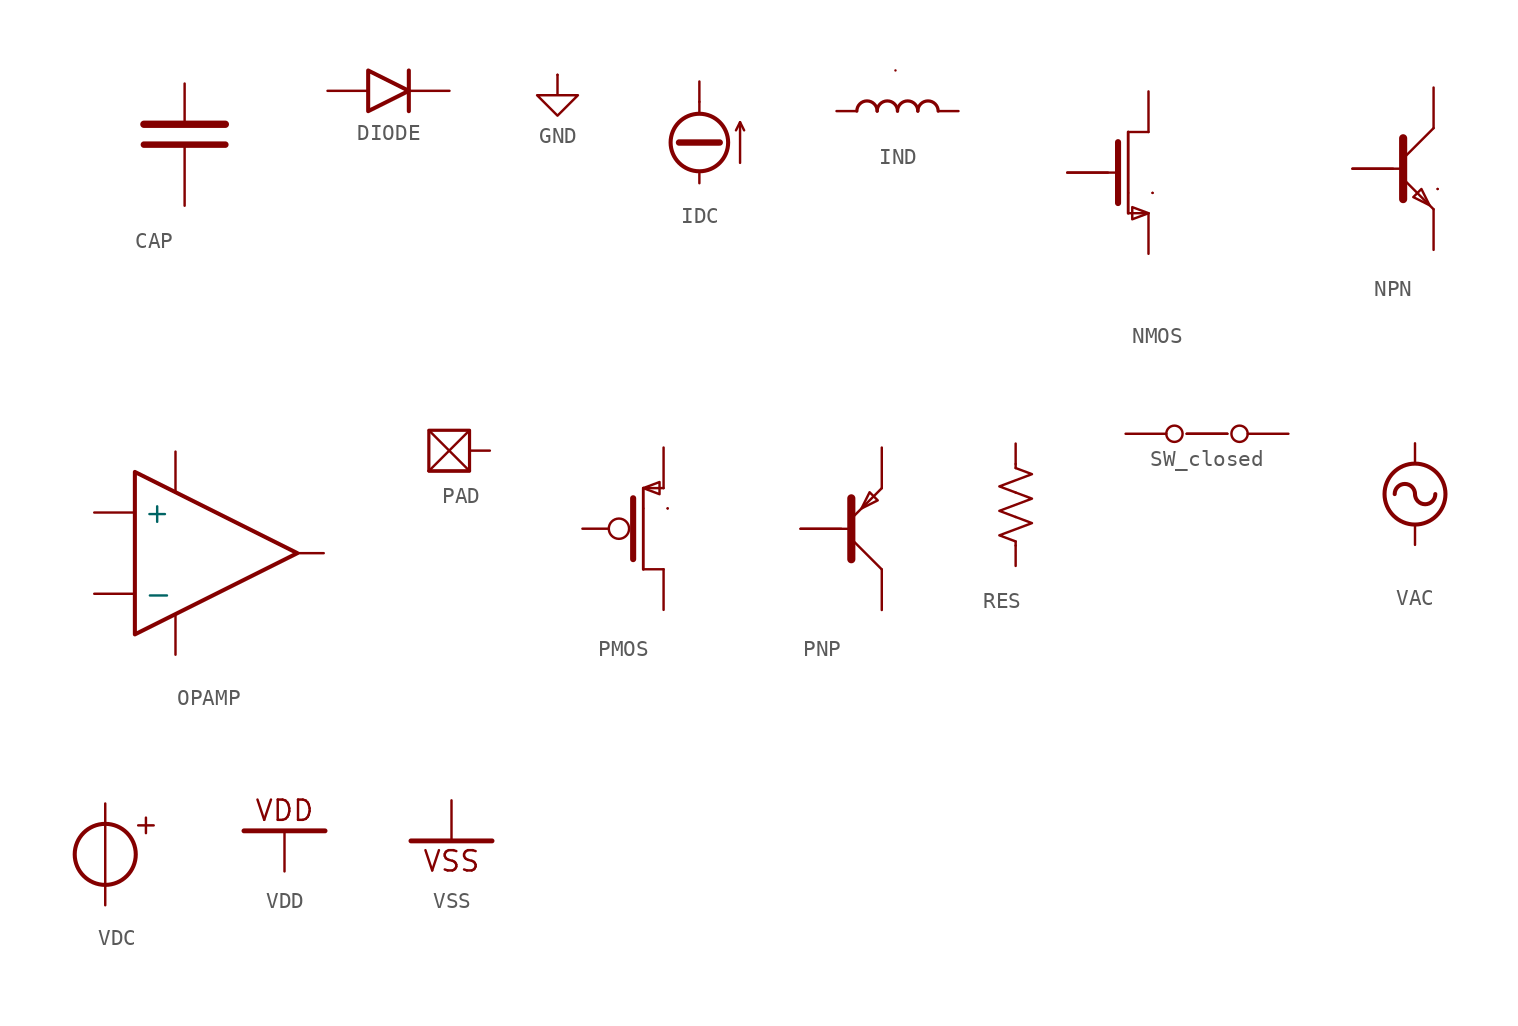
<source format=kicad_sym>
(kicad_symbol_lib
  (version 20231120)
  (generator "kicad_symbol_editor")
  (generator_version "8.0")
  (symbol "CAP"
    (property "Reference" "U"
      (at 0 0 0)
      (effects (font (size 1.27 1.27)) (hide yes)))
    (property "Value" ""
      (at 0 0 0)
      (effects (font (size 1.27 1.27))))
    (symbol "CAP_0_1"
      (polyline (pts (xy 3.81 3.81) (xy 3.81 3.81)) (stroke (width 0) (type default)) (fill (type none))))
    (symbol "CAP_1_1"
      (polyline (pts (xy 3.81 3.81) (xy 8.89 3.81)) (stroke (width 0.406) (type default)) (fill (type none)))
      (polyline (pts (xy 3.81 5.08) (xy 8.89 5.08)) (stroke (width 0.457) (type default)) (fill (type none)))
      (pin passive line (at 6.35 0 90) (length 3.81) (name "" (effects (font (size 1.27 1.27)))) (number "" (effects (font (size 1.27 1.27)))))
      (pin passive line (at 6.35 7.62 270) (length 2.54) (name "" (effects (font (size 1.27 1.27)))) (number "" (effects (font (size 1.27 1.27)))))))
  (symbol "DIODE"
    (property "Reference" "U"
      (at 0 0 0)
      (effects (font (size 1.27 1.27)) (hide yes)))
    (property "Value" ""
      (at 0 0 0)
      (effects (font (size 1.27 1.27))))
    (symbol "DIODE_0_1"
      (polyline (pts (xy 1.27 1.27) (xy 1.27 -1.27)) (stroke (width 0.254) (type default)) (fill (type none)))
      (polyline (pts (xy -1.27 1.27) (xy -1.27 -1.27) (xy 1.27 0) (xy -1.27 1.27)) (stroke (width 0.254) (type default)) (fill (type none))))
    (symbol "DIODE_1_1"
      (pin passive line (at -3.81 0 0) (length 2.54) (name "" (effects (font (size 1.27 1.27)))) (number "" (effects (font (size 1.27 1.27)))))
      (pin passive line (at 3.81 0 180) (length 2.54) (name "" (effects (font (size 1.27 1.27)))) (number "" (effects (font (size 1.27 1.27)))))))
  (symbol "GND"
    (property "Reference" "i"
      (at 0 0 0)
      (effects (font (size 1.27 1.27)) (hide yes)))
    (property "Value" ""
      (at 0 0 0)
      (effects (font (size 1.27 1.27))))
    (symbol "GND_0_1"
      (polyline (pts (xy 0 0) (xy 0 -1.27) (xy 1.27 -1.27) (xy 0 -2.54) (xy -1.27 -1.27) (xy 0 -1.27)) (stroke (width 0) (type default)) (fill (type none))))
    (symbol "GND_1_1"
      (pin power_in line (at 0 0 270) (length 0) (name "" (effects (font (size 1.27 1.27)))) (number "" (effects (font (size 1.27 1.27)))))))
  (symbol "IDC"
    (property "Reference" "U"
      (at -2.54 -1.27 0)
      (effects (font (size 1.27 1.27)) (hide yes)))
    (property "Value" ""
      (at -2.54 -1.27 0)
      (effects (font (size 1.27 1.27))))
    (symbol "IDC_0_1"
      (polyline (pts (xy 0 2.54) (xy 0 2.54)) (stroke (width 0) (type default)) (fill (type none)))
      (polyline (pts (xy 2.54 1.27) (xy 2.54 -1.27)) (stroke (width 0) (type default)) (fill (type none)))
      (polyline (pts (xy 2.794 0.762) (xy 2.54 1.27) (xy 2.286 0.762)) (stroke (width 0) (type default)) (fill (type none))))
    (symbol "IDC_1_1"
      (polyline (pts (xy -1.27 0) (xy 1.27 0)) (stroke (width 0.4) (type default)) (fill (type none)))
      (circle (center 0 0) (radius 1.796) (stroke (width 0.254) (type default)) (fill (type none)))
      (pin power_in line (at 0 -2.54 90) (length 0.6) (name "" (effects (font (size 1 1)))) (number "" (effects (font (size 1.27 1.27)))))
      (pin power_in line (at 0 3.81 270) (length 1.9) (name "" (effects (font (size 1.27 1.27)))) (number "" (effects (font (size 1.27 1.27)))))))
  (symbol "IND"
    (property "Reference" "U"
      (at -96.52 -38.1 90)
      (effects (font (size 1.27 1.27)) (hide yes)))
    (property "Value" ""
      (at -96.52 -38.1 90)
      (effects (font (size 1.27 1.27))))
    (symbol "IND_0_1"
      (arc (start -100.457 -34.29) (mid -100.457 -34.29) (end -100.457 -34.29) (stroke (width 0) (type default)) (fill (type none))))
    (symbol "IND_1_1"
      (arc (start -101.6 -36.83) (mid -102.235 -36.1977) (end -102.87 -36.83) (stroke (width 0.2032) (type default)) (fill (type none)))
      (arc (start -100.33 -36.83) (mid -100.965 -36.1977) (end -101.6 -36.83) (stroke (width 0.2032) (type default)) (fill (type none)))
      (arc (start -99.06 -36.83) (mid -99.695 -36.1977) (end -100.33 -36.83) (stroke (width 0.2032) (type default)) (fill (type none)))
      (arc (start -97.79 -36.83) (mid -98.425 -36.1977) (end -99.06 -36.83) (stroke (width 0.2032) (type default)) (fill (type none)))
      (pin input line (at -104.14 -36.83 0) (length 1.27) (name "" (effects (font (size 1.27 1.27)))) (number "" (effects (font (size 1.27 1.27)))))
      (pin input line (at -96.52 -36.83 180) (length 1.27) (name "" (effects (font (size 1.27 1.27)))) (number "" (effects (font (size 1.27 1.27)))))))
  (symbol "NMOS"
    (property "Reference" "U"
      (at 0 0 0)
      (effects (font (size 1.27 1.27)) (hide yes)))
    (property "Value" ""
      (at 0 0 0)
      (effects (font (size 1.27 1.27))))
    (symbol "NMOS_0_1"
      (polyline (pts (xy -11.43 7.62) (xy -8.255 7.62)) (stroke (width 0.152) (type default)) (fill (type none)))
      (polyline (pts (xy -6.096 6.35) (xy -6.096 6.35)) (stroke (width 0.152) (type default)) (fill (type none)))
      (polyline (pts (xy -6.096 6.35) (xy -6.096 6.35)) (stroke (width 0.152) (type default)) (fill (type none))))
    (symbol "NMOS_1_1"
      (polyline (pts (xy -7.62 6.35) (xy -7.62 6.35)) (stroke (width 0) (type default)) (fill (type none)))
      (polyline (pts (xy -7.62 10.16) (xy -7.62 5.08)) (stroke (width 0.178) (type default)) (fill (type none)))
      (polyline (pts (xy -6.35 5.08) (xy -7.62 5.08)) (stroke (width 0) (type default)) (fill (type none)))
      (polyline (pts (xy -6.35 10.16) (xy -7.62 10.16)) (stroke (width 0) (type default)) (fill (type none)))
      (polyline (pts (xy -8.255 9.525) (xy -8.255 5.715) (xy -8.255 5.715)) (stroke (width 0.381) (type default)) (fill (type none)))
      (polyline (pts (xy -6.35 5.08) (xy -7.366 5.461) (xy -7.366 4.699) (xy -6.35 5.08)) (stroke (width 0) (type default)) (fill (type none)))
      (pin input line (at -11.43 7.62 0) (length 2.54) (name "" (effects (font (size 1.27 1.27)))) (number "" (effects (font (size 1.27 1.27)))))
      (pin input line (at -6.35 2.54 90) (length 2.54) (name "" (effects (font (size 1.27 1.27)))) (number "" (effects (font (size 1.27 1.27)))))
      (pin input line (at -6.35 12.7 270) (length 2.54) (name "" (effects (font (size 1.27 1.27)))) (number "" (effects (font (size 1.27 1.27)))))))
  (symbol "NPN"
    (pin_numbers hide)
    (pin_names
      (offset 0) hide)
    (property "Reference" "U"
      (at 0 0 0)
      (effects (font (size 1.27 1.27)) (hide yes)))
    (property "Value" ""
      (at 0 0 0)
      (effects (font (size 1.27 1.27))))
    (symbol "NPN_0_1"
      (polyline (pts (xy -1.27 3.81) (xy 1.905 3.81)) (stroke (width 0.152) (type default)) (fill (type none)))
      (polyline (pts (xy 1.905 4.445) (xy 3.81 6.35)) (stroke (width 0) (type default)) (fill (type none)))
      (polyline (pts (xy 4.064 2.54) (xy 4.064 2.54)) (stroke (width 0.152) (type default)) (fill (type none)))
      (polyline (pts (xy 4.064 2.54) (xy 4.064 2.54)) (stroke (width 0.152) (type default)) (fill (type none)))
      (polyline (pts (xy 1.905 3.175) (xy 3.81 1.27) (xy 3.81 1.27)) (stroke (width 0) (type default)) (fill (type none)))
      (polyline (pts (xy 1.905 5.715) (xy 1.905 1.905) (xy 1.905 1.905)) (stroke (width 0.508) (type default)) (fill (type none))))
    (symbol "NPN_1_1"
      (polyline (pts (xy 2.54 2.032) (xy 3.048 2.54) (xy 3.556 1.524) (xy 2.54 2.032) (xy 2.54 2.032)) (stroke (width 0) (type default)) (fill (type none)))
      (pin input line (at -1.27 3.81 0) (length 2.54) (name "" (effects (font (size 1.27 1.27)))) (number "" (effects (font (size 1.27 1.27)))))
      (pin input line (at 3.81 -1.27 90) (length 2.54) (name "" (effects (font (size 1.27 1.27)))) (number "" (effects (font (size 1.27 1.27)))))
      (pin input line (at 3.81 8.89 270) (length 2.54) (name "" (effects (font (size 1.27 1.27)))) (number "" (effects (font (size 1.27 1.27)))))))
  (symbol "OPAMP"
    (property "Reference" "U"
      (at 0 0 0)
      (effects (font (size 1.27 1.27)) (hide yes)))
    (property "Value" ""
      (at 0 0 0)
      (effects (font (size 1.27 1.27))))
    (symbol "OPAMP_1_1"
      (polyline (pts (xy 3.81 3.81) (xy -6.35 8.89) (xy -6.35 -1.27) (xy 3.81 3.81)) (stroke (width 0.254) (type default)) (fill (type none)))
      (pin power_in line (at -3.81 -2.54 90) (length 2.54) (name "" (effects (font (size 1.27 1.27)))) (number "" (effects (font (size 1.27 1.27)))))
      (pin power_in line (at -3.81 10.16 270) (length 2.54) (name "" (effects (font (size 1.27 1.27)))) (number "" (effects (font (size 1.27 1.27)))))
      (pin output line (at 5.461 3.81 180) (length 1.651) (name "" (effects (font (size 1.27 1.27)))) (number "" (effects (font (size 1.27 1.27)))))
      (pin input line (at -8.89 6.35 0) (length 2.54) (name "+" (effects (font (size 1.27 1.27)))) (number "" (effects (font (size 1.905 1.905)))))
      (pin input line (at -8.89 1.27 0) (length 2.54) (name "-" (effects (font (size 1.397 1.397)))) (number "" (effects (font (size 1.27 1.27)))))))
  (symbol "PAD"
    (property "Reference" "U"
      (at 0 0 0)
      (effects (font (size 1.27 1.27)) (hide yes)))
    (property "Value" ""
      (at 0 0 0)
      (effects (font (size 1.27 1.27))))
    (symbol "PAD_0_1"
      (polyline (pts (xy 0 2.54) (xy 2.54 0)) (stroke (width 0) (type default)) (fill (type none)))
      (polyline (pts (xy 2.54 2.54) (xy 0 0)) (stroke (width 0) (type default)) (fill (type none))))
    (symbol "PAD_1_1"
      (rectangle (start 0 0) (end 2.54 0) (stroke (width 0.2) (type default)) (fill (type none)))
      (rectangle (start 0 2.54) (end 2.54 0) (stroke (width 0.2) (type default)) (fill (type none)))
      (pin output line (at 3.81 1.27 180) (length 1.2) (name "" (effects (font (size 1.2 1.2)))) (number "" (effects (font (size 1.27 1.27)))))))
  (symbol "PMOS"
    (property "Reference" "U"
      (at -114.3 -40.64 0)
      (effects (font (size 1.27 1.27)) (hide yes)))
    (property "Value" ""
      (at -114.3 -40.64 0)
      (effects (font (size 1.27 1.27))))
    (symbol "PMOS_0_1"
      (polyline (pts (xy -108.966 -44.45) (xy -108.966 -44.45)) (stroke (width 0.152) (type default)) (fill (type none)))
      (polyline (pts (xy -108.966 -44.45) (xy -108.966 -44.45)) (stroke (width 0.152) (type default)) (fill (type none))))
    (symbol "PMOS_1_1"
      (polyline (pts (xy -110.49 -48.26) (xy -110.49 -43.18)) (stroke (width 0.178) (type default)) (fill (type none)))
      (polyline (pts (xy -110.49 -44.45) (xy -110.49 -44.45)) (stroke (width 0) (type default)) (fill (type none)))
      (polyline (pts (xy -109.22 -48.26) (xy -110.49 -48.26)) (stroke (width 0) (type default)) (fill (type none)))
      (polyline (pts (xy -109.22 -43.18) (xy -110.49 -43.18)) (stroke (width 0) (type default)) (fill (type none)))
      (polyline (pts (xy -111.125 -47.625) (xy -111.125 -43.815) (xy -111.125 -43.815)) (stroke (width 0.381) (type default)) (fill (type none)))
      (polyline (pts (xy -110.49 -43.18) (xy -109.474 -43.561) (xy -109.474 -42.799) (xy -110.49 -43.18)) (stroke (width 0) (type default)) (fill (type none)))
      (pin input inverted (at -114.3 -45.72 0) (length 2.921) (name "" (effects (font (size 0 0)))) (number "" (effects (font (size 0 0)))))
      (pin input line (at -109.22 -50.8 90) (length 2.54) (name "" (effects (font (size 1.27 1.27)))) (number "" (effects (font (size 1.27 1.27)))))
      (pin input line (at -109.22 -40.64 270) (length 2.54) (name "" (effects (font (size 1.27 1.27)))) (number "" (effects (font (size 1.27 1.27)))))))
  (symbol "PNP"
    (property "Reference" "U"
      (at 0 8.89 0)
      (effects (font (size 1.27 1.27)) (hide yes)))
    (property "Value" ""
      (at 0 8.89 0)
      (effects (font (size 1.27 1.27))))
    (symbol "PNP_0_1"
      (polyline (pts (xy 2.54 5.08) (xy 5.715 5.08)) (stroke (width 0.152) (type default)) (fill (type none)))
      (polyline (pts (xy 5.715 4.445) (xy 7.62 2.54)) (stroke (width 0) (type default)) (fill (type none)))
      (polyline (pts (xy 5.715 3.175) (xy 5.715 6.985) (xy 5.715 6.985)) (stroke (width 0.508) (type default)) (fill (type none)))
      (polyline (pts (xy 5.715 5.715) (xy 7.62 7.62) (xy 7.62 7.62)) (stroke (width 0) (type default)) (fill (type none))))
    (symbol "PNP_1_1"
      (polyline (pts (xy 7.366 6.858) (xy 6.858 7.366) (xy 6.35 6.35) (xy 7.366 6.858) (xy 7.366 6.858)) (stroke (width 0) (type default)) (fill (type none)))
      (pin input line (at 2.54 5.08 0) (length 2.54) (name "" (effects (font (size 1.27 1.27)))) (number "" (effects (font (size 1.27 1.27)))))
      (pin open_collector line (at 7.62 0 90) (length 2.54) (name "" (effects (font (size 1.27 1.27)))) (number "" (effects (font (size 1.27 1.27)))))
      (pin open_emitter line (at 7.62 10.16 270) (length 2.54) (name "" (effects (font (size 1.27 1.27)))) (number "" (effects (font (size 1.27 1.27)))))))
  (symbol "RES"
    (property "Reference" "U"
      (at 0 0 0)
      (effects (font (size 1.27 1.27)) (hide yes)))
    (property "Value" ""
      (at 0 0 0)
      (effects (font (size 1.27 1.27))))
    (symbol "RES_0_1"
      (polyline (pts (xy 2.54 1.524) (xy 2.54 1.27)) (stroke (width 0) (type default)) (fill (type none)))
      (polyline (pts (xy 2.54 6.096) (xy 2.54 6.35)) (stroke (width 0) (type default)) (fill (type none)))
      (polyline (pts (xy 2.54 3.048) (xy 3.556 2.667) (xy 2.54 2.286) (xy 1.524 1.905) (xy 2.54 1.524)) (stroke (width 0) (type default)) (fill (type none)))
      (polyline (pts (xy 2.54 4.572) (xy 3.556 4.191) (xy 2.54 3.81) (xy 1.524 3.429) (xy 2.54 3.048)) (stroke (width 0) (type default)) (fill (type none)))
      (polyline (pts (xy 2.54 6.096) (xy 3.556 5.715) (xy 2.54 5.334) (xy 1.524 4.953) (xy 2.54 4.572)) (stroke (width 0) (type default)) (fill (type none))))
    (symbol "RES_1_1"
      (pin passive line (at 2.54 0 90) (length 1.27) (name "" (effects (font (size 1.27 1.27)))) (number "" (effects (font (size 1.27 1.27)))))
      (pin passive line (at 2.54 7.62 270) (length 1.27) (name "" (effects (font (size 1.27 1.27)))) (number "" (effects (font (size 1.27 1.27)))))))
  (symbol "SW_closed"
    (property "Reference" "U"
      (at 0 0 0)
      (effects (font (size 1.27 1.27)) (hide yes)))
    (property "Value" ""
      (at 0 0 0)
      (effects (font (size 1.27 1.27))))
    (symbol "SW_closed_0_0"
      (circle (center 3.048 0) (radius 0.508) (stroke (width 0) (type default)) (fill (type none)))
      (circle (center 7.112 0) (radius 0.508) (stroke (width 0) (type default)) (fill (type none))))
    (symbol "SW_closed_0_1"
      (polyline (pts (xy 3.81 0) (xy 6.35 0)) (stroke (width 0) (type default)) (fill (type none)))
      (polyline (pts (xy 3.81 0) (xy 6.35 0)) (stroke (width 0) (type default)) (fill (type none))))
    (symbol "SW_closed_1_1"
      (pin passive line (at 0 0 0) (length 2.54) (name "" (effects (font (size 1.27 1.27)))) (number "" (effects (font (size 1.27 1.27)))))
      (pin passive line (at 10.16 0 180) (length 2.54) (name "" (effects (font (size 1.27 1.27)))) (number "" (effects (font (size 1.27 1.27)))))))
  (symbol "VAC"
    (property "Reference" "U"
      (at 0 0 0)
      (effects (font (size 1.27 1.27)) (hide yes)))
    (property "Value" ""
      (at 0 0 0)
      (effects (font (size 1.27 1.27))))
    (symbol "VAC_0_1"
      (arc (start 0 4.445) (mid -0.635 5.0773) (end -1.27 4.445) (stroke (width 0.254) (type default)) (fill (type none)))
      (arc (start 0 4.445) (mid 0.635 3.8127) (end 1.27 4.445) (stroke (width 0.254) (type default)) (fill (type none)))
      (circle (center 0 4.445) (radius 1.905) (stroke (width 0.254) (type default)) (fill (type none))))
    (symbol "VAC_1_1"
      (pin power_in line (at 0 1.27 90) (length 1.27) (name "" (effects (font (size 1.27 1.27)))) (number "" (effects (font (size 1.27 1.27)))))
      (pin power_in line (at 0 7.62 270) (length 1.27) (name "" (effects (font (size 1.27 1.27)))) (number "" (effects (font (size 1.27 1.27)))))))
  (symbol "VDC"
    (property "Reference" "U"
      (at 0 0 0)
      (effects (font (size 1.27 1.27)) (hide yes)))
    (property "Value" ""
      (at 0 0 0)
      (effects (font (size 1.27 1.27))))
    (symbol "VDC_0_1"
      (circle (center 0 3.175) (radius 1.905) (stroke (width 0.254) (type default)) (fill (type none))))
    (symbol "VDC_1_1"
      (polyline (pts (xy 0 5.08) (xy 0 1.27)) (stroke (width 0) (type default)) (fill (type none)))
      (text "+" (at 2.54 5.08 0) (effects (font (size 1.27 1.27))))
      (pin power_in line (at 0 0 90) (length 1.27) (name "" (effects (font (size 1.27 1.27)))) (number "" (effects (font (size 1.27 1.27)))))
      (pin power_in line (at 0 6.35 270) (length 1.27) (name "" (effects (font (size 1.27 1.27)))) (number "" (effects (font (size 1.27 1.27)))))))
  (symbol "VDD"
    (property "Reference" "U"
      (at 0 0 0)
      (effects (font (size 1.27 1.27)) (hide yes)))
    (property "Value" ""
      (at 0 0 0)
      (effects (font (size 1.27 1.27))))
    (symbol "VDD_1_1"
      (polyline (pts (xy -2.54 2.54) (xy 2.54 2.54)) (stroke (width 0.305) (type default)) (fill (type none)))
      (text "VDD" (at 0 3.81 0) (effects (font (size 1.27 1.27))))
      (pin output line (at 0 0 90) (length 2.54) (name "" (effects (font (size 1.27 1.27)))) (number "" (effects (font (size 1.27 1.27)))))))
  (symbol "VSS"
    (property "Reference" "U"
      (at 0 0 0)
      (effects (font (size 1.27 1.27)) (hide yes)))
    (property "Value" ""
      (at 0 0 0)
      (effects (font (size 1.27 1.27))))
    (symbol "VSS_1_1"
      (polyline (pts (xy -2.54 -2.54) (xy 2.54 -2.54)) (stroke (width 0.305) (type default)) (fill (type none)))
      (text "VSS\n" (at 0 -3.81 0) (effects (font (size 1.27 1.27))))
      (pin output line (at 0 0 270) (length 2.54) (name "" (effects (font (size 1.27 1.27)))) (number "" (effects (font (size 1.27 1.27))))))))
</source>
